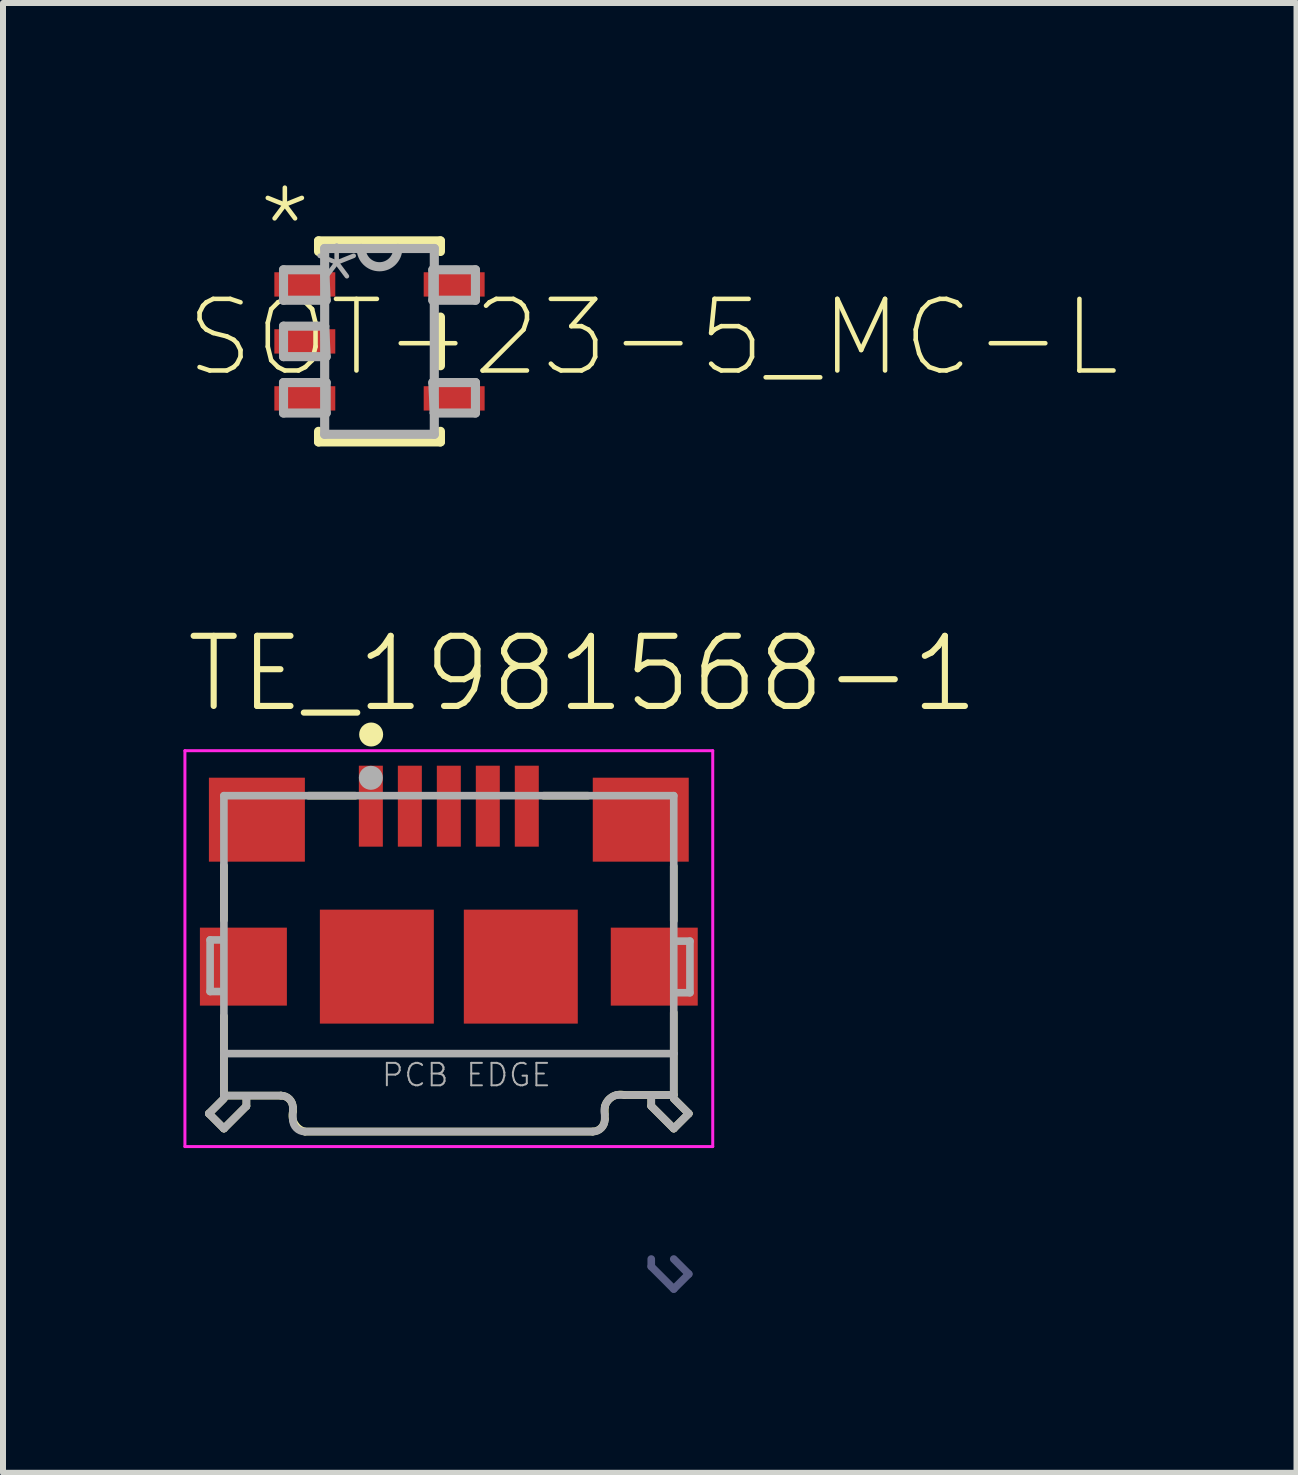
<source format=kicad_pcb>
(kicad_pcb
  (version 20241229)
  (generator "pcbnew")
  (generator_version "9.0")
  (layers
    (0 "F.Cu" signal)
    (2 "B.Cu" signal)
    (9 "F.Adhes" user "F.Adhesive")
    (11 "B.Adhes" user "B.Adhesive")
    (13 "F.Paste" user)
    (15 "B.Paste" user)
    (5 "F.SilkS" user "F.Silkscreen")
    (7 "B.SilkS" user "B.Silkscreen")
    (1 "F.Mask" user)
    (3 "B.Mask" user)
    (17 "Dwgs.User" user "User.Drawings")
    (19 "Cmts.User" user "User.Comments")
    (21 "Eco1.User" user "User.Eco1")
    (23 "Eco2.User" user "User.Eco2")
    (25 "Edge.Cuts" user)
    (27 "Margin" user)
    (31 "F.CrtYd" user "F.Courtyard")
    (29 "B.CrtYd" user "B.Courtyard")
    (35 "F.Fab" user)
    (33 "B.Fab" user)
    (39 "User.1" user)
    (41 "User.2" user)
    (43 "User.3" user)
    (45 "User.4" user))
  (footprint "SOT-23-5_MC-L"
    (layer "F.Cu")
    (at 3.277 2.642)
    (property "Reference" "SOT-23-5_MC-L" (at -3.277 0.635 0) (layer "F.SilkS") (effects (font (size 1.194 1.194) (thickness 0.076)) (justify left bottom)))
    (fp_line (start -1.016 -1.676) (end -1.016 -1.499) (stroke (width 0.152) (type solid)) (layer "F.SilkS"))
    (fp_line (start -1.016 1.499) (end -1.016 1.676) (stroke (width 0.152) (type solid)) (layer "F.SilkS"))
    (fp_line (start -1.016 1.676) (end 1.016 1.676) (stroke (width 0.152) (type solid)) (layer "F.SilkS"))
    (fp_line (start 1.016 -1.676) (end -1.016 -1.676) (stroke (width 0.152) (type solid)) (layer "F.SilkS"))
    (fp_line (start 1.016 -1.499) (end 1.016 -1.676) (stroke (width 0.152) (type solid)) (layer "F.SilkS"))
    (fp_line (start 1.016 0.406) (end 1.016 -0.406) (stroke (width 0.152) (type solid)) (layer "F.SilkS"))
    (fp_line (start 1.016 1.676) (end 1.016 1.499) (stroke (width 0.152) (type solid)) (layer "F.SilkS"))
    (fp_line (start -1.6 -1.194) (end -1.6 -0.686) (stroke (width 0.152) (type solid)) (layer "F.Fab"))
    (fp_line (start -1.6 -0.686) (end -0.889 -0.686) (stroke (width 0.152) (type solid)) (layer "F.Fab"))
    (fp_line (start -1.6 -0.254) (end -1.6 0.254) (stroke (width 0.152) (type solid)) (layer "F.Fab"))
    (fp_line (start -1.6 0.254) (end -0.889 0.254) (stroke (width 0.152) (type solid)) (layer "F.Fab"))
    (fp_line (start -1.6 0.686) (end -1.6 1.194) (stroke (width 0.152) (type solid)) (layer "F.Fab"))
    (fp_line (start -1.6 1.194) (end -0.889 1.194) (stroke (width 0.152) (type solid)) (layer "F.Fab"))
    (fp_line (start -0.914 -1.549) (end -0.914 -1.194) (stroke (width 0.152) (type solid)) (layer "F.Fab"))
    (fp_line (start -0.914 -1.194) (end -1.6 -1.194) (stroke (width 0.152) (type solid)) (layer "F.Fab"))
    (fp_line (start -0.914 -1.194) (end -0.914 -0.254) (stroke (width 0.152) (type solid)) (layer "F.Fab"))
    (fp_line (start -0.914 -0.254) (end -1.6 -0.254) (stroke (width 0.152) (type solid)) (layer "F.Fab"))
    (fp_line (start -0.914 -0.254) (end -0.914 1.549) (stroke (width 0.152) (type solid)) (layer "F.Fab"))
    (fp_line (start -0.914 1.549) (end 0.914 1.549) (stroke (width 0.152) (type solid)) (layer "F.Fab"))
    (fp_line (start -0.889 -0.686) (end -0.914 -1.194) (stroke (width 0.152) (type solid)) (layer "F.Fab"))
    (fp_line (start -0.889 0.254) (end -0.914 -0.254) (stroke (width 0.152) (type solid)) (layer "F.Fab"))
    (fp_line (start -0.889 0.686) (end -1.6 0.686) (stroke (width 0.152) (type solid)) (layer "F.Fab"))
    (fp_line (start -0.889 1.194) (end -0.889 0.686) (stroke (width 0.152) (type solid)) (layer "F.Fab"))
    (fp_line (start -0.305 -1.549) (end -0.914 -1.549) (stroke (width 0.152) (type solid)) (layer "F.Fab"))
    (fp_line (start 0.305 -1.549) (end -0.305 -1.549) (stroke (width 0.152) (type solid)) (layer "F.Fab"))
    (fp_line (start 0.889 -1.194) (end 0.889 -0.686) (stroke (width 0.152) (type solid)) (layer "F.Fab"))
    (fp_line (start 0.889 -0.686) (end 1.6 -0.686) (stroke (width 0.152) (type solid)) (layer "F.Fab"))
    (fp_line (start 0.889 0.686) (end 0.914 1.194) (stroke (width 0.152) (type solid)) (layer "F.Fab"))
    (fp_line (start 0.914 -1.549) (end 0.305 -1.549) (stroke (width 0.152) (type solid)) (layer "F.Fab"))
    (fp_line (start 0.914 1.194) (end 0.914 -1.549) (stroke (width 0.152) (type solid)) (layer "F.Fab"))
    (fp_line (start 0.914 1.194) (end 1.6 1.194) (stroke (width 0.152) (type solid)) (layer "F.Fab"))
    (fp_line (start 0.914 1.549) (end 0.914 1.194) (stroke (width 0.152) (type solid)) (layer "F.Fab"))
    (fp_line (start 1.6 -1.194) (end 0.889 -1.194) (stroke (width 0.152) (type solid)) (layer "F.Fab"))
    (fp_line (start 1.6 -0.686) (end 1.6 -1.194) (stroke (width 0.152) (type solid)) (layer "F.Fab"))
    (fp_line (start 1.6 0.686) (end 0.889 0.686) (stroke (width 0.152) (type solid)) (layer "F.Fab"))
    (fp_line (start 1.6 1.194) (end 1.6 0.686) (stroke (width 0.152) (type solid)) (layer "F.Fab"))
    (fp_arc (start 0.3048 -1.5494) (mid 0 -1.2446) (end -0.3048 -1.5494) (stroke (width 0.1524) (type solid)) (layer "F.Fab"))
    (fp_text user "*" (at -2.083 -1.219 0) (layer "F.SilkS") (effects (font (size 1.194 1.194) (thickness 0.076)) (justify left bottom)))
    (fp_text user "*" (at -1.219 -0.254 0) (layer "F.Fab") (effects (font (size 1.194 1.194) (thickness 0.076)) (justify left bottom)))
    (pad "1" smd rect (at -1.245 -0.95) (size 1.016 0.406) (layers "F.Cu" "F.Mask" "F.Paste"))
    (pad "2" smd rect (at -1.245 0) (size 1.016 0.406) (layers "F.Cu" "F.Mask" "F.Paste"))
    (pad "3" smd rect (at -1.245 0.95) (size 1.016 0.406) (layers "F.Cu" "F.Mask" "F.Paste"))
    (pad "4" smd rect (at 1.245 0.95) (size 1.016 0.406) (layers "F.Cu" "F.Mask" "F.Paste"))
    (pad "5" smd rect (at 1.245 -0.95) (size 1.016 0.406) (layers "F.Cu" "F.Mask" "F.Paste")))
  (footprint "TE_1981568-1"
    (layer "F.Cu")
    (at 4.433 13.066)
    (property "Reference" "TE_1981568-1" (at -4.433 -4.198 0) (layer "F.SilkS") (effects (font (size 1.169 1.169) (thickness 0.102)) (justify left bottom)))
    (fp_line (start -4 2.45) (end -3.75 2.7) (stroke (width 0.127) (type solid)) (layer "F.SilkS"))
    (fp_line (start -3.75 -1.685) (end -3.75 -0.775) (stroke (width 0.127) (type solid)) (layer "F.SilkS"))
    (fp_line (start -3.75 0.825) (end -3.75 2.15) (stroke (width 0.127) (type solid)) (layer "F.SilkS"))
    (fp_line (start -3.75 2.15) (end -2.8 2.15) (stroke (width 0.127) (type solid)) (layer "F.SilkS"))
    (fp_line (start -3.75 2.2) (end -4 2.45) (stroke (width 0.127) (type solid)) (layer "F.SilkS"))
    (fp_line (start -3.75 2.7) (end -3.375 2.325) (stroke (width 0.127) (type solid)) (layer "F.SilkS"))
    (fp_line (start -3.375 2.325) (end -3.375 2.2) (stroke (width 0.127) (type solid)) (layer "F.SilkS"))
    (fp_line (start -2.6 2.35) (end -2.6 2.415) (stroke (width 0.127) (type solid)) (layer "F.SilkS"))
    (fp_line (start -2.4 2.75) (end 2.4 2.75) (stroke (width 0.127) (type solid)) (layer "F.SilkS"))
    (fp_line (start -2.34 -2.85) (end -1.56 -2.85) (stroke (width 0.127) (type solid)) (layer "F.SilkS"))
    (fp_line (start 1.58 -2.85) (end 2.32 -2.85) (stroke (width 0.127) (type solid)) (layer "F.SilkS"))
    (fp_line (start 2.6 2.54) (end 2.6 2.34) (stroke (width 0.127) (type solid)) (layer "F.SilkS"))
    (fp_line (start 2.925 2.14) (end 3.75 2.14) (stroke (width 0.127) (type solid)) (layer "F.SilkS"))
    (fp_line (start 3.375 2.325) (end 3.375 2.2) (stroke (width 0.127) (type solid)) (layer "F.SilkS"))
    (fp_line (start 3.75 -1.675) (end 3.75 -0.765) (stroke (width 0.127) (type solid)) (layer "F.SilkS"))
    (fp_line (start 3.75 2.14) (end 3.75 0.765) (stroke (width 0.127) (type solid)) (layer "F.SilkS"))
    (fp_line (start 3.75 2.2) (end 4 2.45) (stroke (width 0.127) (type solid)) (layer "F.SilkS"))
    (fp_line (start 3.75 2.7) (end 3.375 2.325) (stroke (width 0.127) (type solid)) (layer "F.SilkS"))
    (fp_line (start 4 2.45) (end 3.75 2.7) (stroke (width 0.127) (type solid)) (layer "F.SilkS"))
    (fp_arc (start -2.8 2.15) (mid -2.658579 2.208579) (end -2.6 2.35) (stroke (width 0.127) (type solid)) (layer "F.SilkS"))
    (fp_arc (start -2.4 2.75) (mid -2.569381 2.623921) (end -2.6 2.415) (stroke (width 0.127) (type solid)) (layer "F.SilkS"))
    (fp_arc (start 2.6 2.34) (mid 2.721079 2.17269) (end 2.925 2.14) (stroke (width 0.127) (type solid)) (layer "F.SilkS"))
    (fp_arc (start 2.6 2.54) (mid 2.543492 2.686421) (end 2.4 2.75) (stroke (width 0.127) (type solid)) (layer "F.SilkS"))
    (fp_circle (center -1.295 -3.87) (end -1.195 -3.87) (stroke (width 0.2) (type solid)) (fill no) (layer "F.SilkS"))
    (fp_line (start -4.4 -3.6) (end -4.4 3) (stroke (width 0.05) (type solid)) (layer "F.CrtYd"))
    (fp_line (start -4.4 3) (end 4.4 3) (stroke (width 0.05) (type solid)) (layer "F.CrtYd"))
    (fp_line (start 4.4 -3.6) (end -4.4 -3.6) (stroke (width 0.05) (type solid)) (layer "F.CrtYd"))
    (fp_line (start 4.4 3) (end 4.4 -3.6) (stroke (width 0.05) (type solid)) (layer "F.CrtYd"))
    (fp_line (start 3.375 5) (end 3.375 4.875) (stroke (width 0.127) (type solid)) (layer "B.Fab"))
    (fp_line (start 3.75 4.875) (end 4 5.125) (stroke (width 0.127) (type solid)) (layer "B.Fab"))
    (fp_line (start 3.75 5.375) (end 3.375 5) (stroke (width 0.127) (type solid)) (layer "B.Fab"))
    (fp_line (start 4 5.125) (end 3.75 5.375) (stroke (width 0.127) (type solid)) (layer "B.Fab"))
    (fp_line (start -4 2.45) (end -3.75 2.7) (stroke (width 0.127) (type solid)) (layer "F.Fab"))
    (fp_line (start -3.98 -0.445) (end -3.98 0.415) (stroke (width 0.127) (type solid)) (layer "F.Fab"))
    (fp_line (start -3.98 0.415) (end -3.78 0.415) (stroke (width 0.127) (type solid)) (layer "F.Fab"))
    (fp_line (start -3.76 -0.445) (end -3.98 -0.445) (stroke (width 0.127) (type solid)) (layer "F.Fab"))
    (fp_line (start -3.75 -2.85) (end -3.75 1.45) (stroke (width 0.127) (type solid)) (layer "F.Fab"))
    (fp_line (start -3.75 1.45) (end -3.75 2.15) (stroke (width 0.127) (type solid)) (layer "F.Fab"))
    (fp_line (start -3.75 1.45) (end 3.75 1.45) (stroke (width 0.127) (type solid)) (layer "F.Fab"))
    (fp_line (start -3.75 2.15) (end -2.8 2.15) (stroke (width 0.127) (type solid)) (layer "F.Fab"))
    (fp_line (start -3.75 2.2) (end -4 2.45) (stroke (width 0.127) (type solid)) (layer "F.Fab"))
    (fp_line (start -3.75 2.7) (end -3.375 2.325) (stroke (width 0.127) (type solid)) (layer "F.Fab"))
    (fp_line (start -3.375 2.325) (end -3.375 2.2) (stroke (width 0.127) (type solid)) (layer "F.Fab"))
    (fp_line (start -2.6 2.35) (end -2.6 2.55) (stroke (width 0.127) (type solid)) (layer "F.Fab"))
    (fp_line (start 2.4 2.75) (end -2.4 2.75) (stroke (width 0.127) (type solid)) (layer "F.Fab"))
    (fp_line (start 2.6 2.465) (end 2.6 2.55) (stroke (width 0.127) (type solid)) (layer "F.Fab"))
    (fp_line (start 3.375 2.325) (end 3.375 2.2) (stroke (width 0.127) (type solid)) (layer "F.Fab"))
    (fp_line (start 3.75 -2.85) (end -3.75 -2.85) (stroke (width 0.127) (type solid)) (layer "F.Fab"))
    (fp_line (start 3.75 1.45) (end 3.75 -2.85) (stroke (width 0.127) (type solid)) (layer "F.Fab"))
    (fp_line (start 3.75 2.14) (end 2.8 2.14) (stroke (width 0.127) (type solid)) (layer "F.Fab"))
    (fp_line (start 3.75 2.14) (end 3.75 1.45) (stroke (width 0.127) (type solid)) (layer "F.Fab"))
    (fp_line (start 3.75 2.2) (end 4 2.45) (stroke (width 0.127) (type solid)) (layer "F.Fab"))
    (fp_line (start 3.75 2.7) (end 3.375 2.325) (stroke (width 0.127) (type solid)) (layer "F.Fab"))
    (fp_line (start 3.76 -0.425) (end 4.02 -0.425) (stroke (width 0.127) (type solid)) (layer "F.Fab"))
    (fp_line (start 4 2.45) (end 3.75 2.7) (stroke (width 0.127) (type solid)) (layer "F.Fab"))
    (fp_line (start 4.02 -0.425) (end 4.02 0.435) (stroke (width 0.127) (type solid)) (layer "F.Fab"))
    (fp_line (start 4.02 0.435) (end 3.77 0.435) (stroke (width 0.127) (type solid)) (layer "F.Fab"))
    (fp_arc (start -2.8 2.15) (mid -2.658579 2.208579) (end -2.6 2.35) (stroke (width 0.127) (type solid)) (layer "F.Fab"))
    (fp_arc (start -2.4 2.75) (mid -2.541421 2.691421) (end -2.6 2.55) (stroke (width 0.127) (type solid)) (layer "F.Fab"))
    (fp_arc (start 2.6 2.465) (mid 2.63269 2.261079) (end 2.8 2.14) (stroke (width 0.127) (type solid)) (layer "F.Fab"))
    (fp_arc (start 2.6 2.55) (mid 2.541421 2.691421) (end 2.4 2.75) (stroke (width 0.127) (type solid)) (layer "F.Fab"))
    (fp_circle (center -1.3 -3.148) (end -1.2 -3.148) (stroke (width 0.2) (type solid)) (fill no) (layer "F.Fab"))
    (fp_text user "PCB EDGE" (at -1.144 2.026 0) (layer "F.Fab") (effects (font (size 0.374 0.374) (thickness 0.033)) (justify left bottom)))
    (pad "1" smd rect (at -1.3 -2.675 90) (size 1.35 0.4) (layers "F.Cu" "F.Mask" "F.Paste"))
    (pad "2" smd rect (at -0.65 -2.675 90) (size 1.35 0.4) (layers "F.Cu" "F.Mask" "F.Paste"))
    (pad "3" smd rect (at 0 -2.675 90) (size 1.35 0.4) (layers "F.Cu" "F.Mask" "F.Paste"))
    (pad "4" smd rect (at 0.65 -2.675 90) (size 1.35 0.4) (layers "F.Cu" "F.Mask" "F.Paste"))
    (pad "5" smd rect (at 1.3 -2.675 90) (size 1.35 0.4) (layers "F.Cu" "F.Mask" "F.Paste"))
    (pad "6" smd rect (at -3.2 -2.45 90) (size 1.4 1.6) (layers "F.Cu" "F.Mask" "F.Paste"))
    (pad "7" smd rect (at 3.2 -2.45 90) (size 1.4 1.6) (layers "F.Cu" "F.Mask" "F.Paste"))
    (pad "8" smd rect (at 3.425 0 90) (size 1.3 1.45) (layers "F.Cu" "F.Mask" "F.Paste"))
    (pad "9" smd rect (at -3.425 0 90) (size 1.3 1.45) (layers "F.Cu" "F.Mask" "F.Paste"))
    (pad "10" smd rect (at -1.2 0 90) (size 1.9 1.9) (layers "F.Cu" "F.Mask" "F.Paste"))
    (pad "11" smd rect (at 1.2 0 90) (size 1.9 1.9) (layers "F.Cu" "F.Mask" "F.Paste")))
  (gr_rect
    (start -3 -3)
    (end 18.566 21.505)
    (stroke (width 0.1) (type default))
    (fill no)
    (layer "Edge.Cuts")))
</source>
